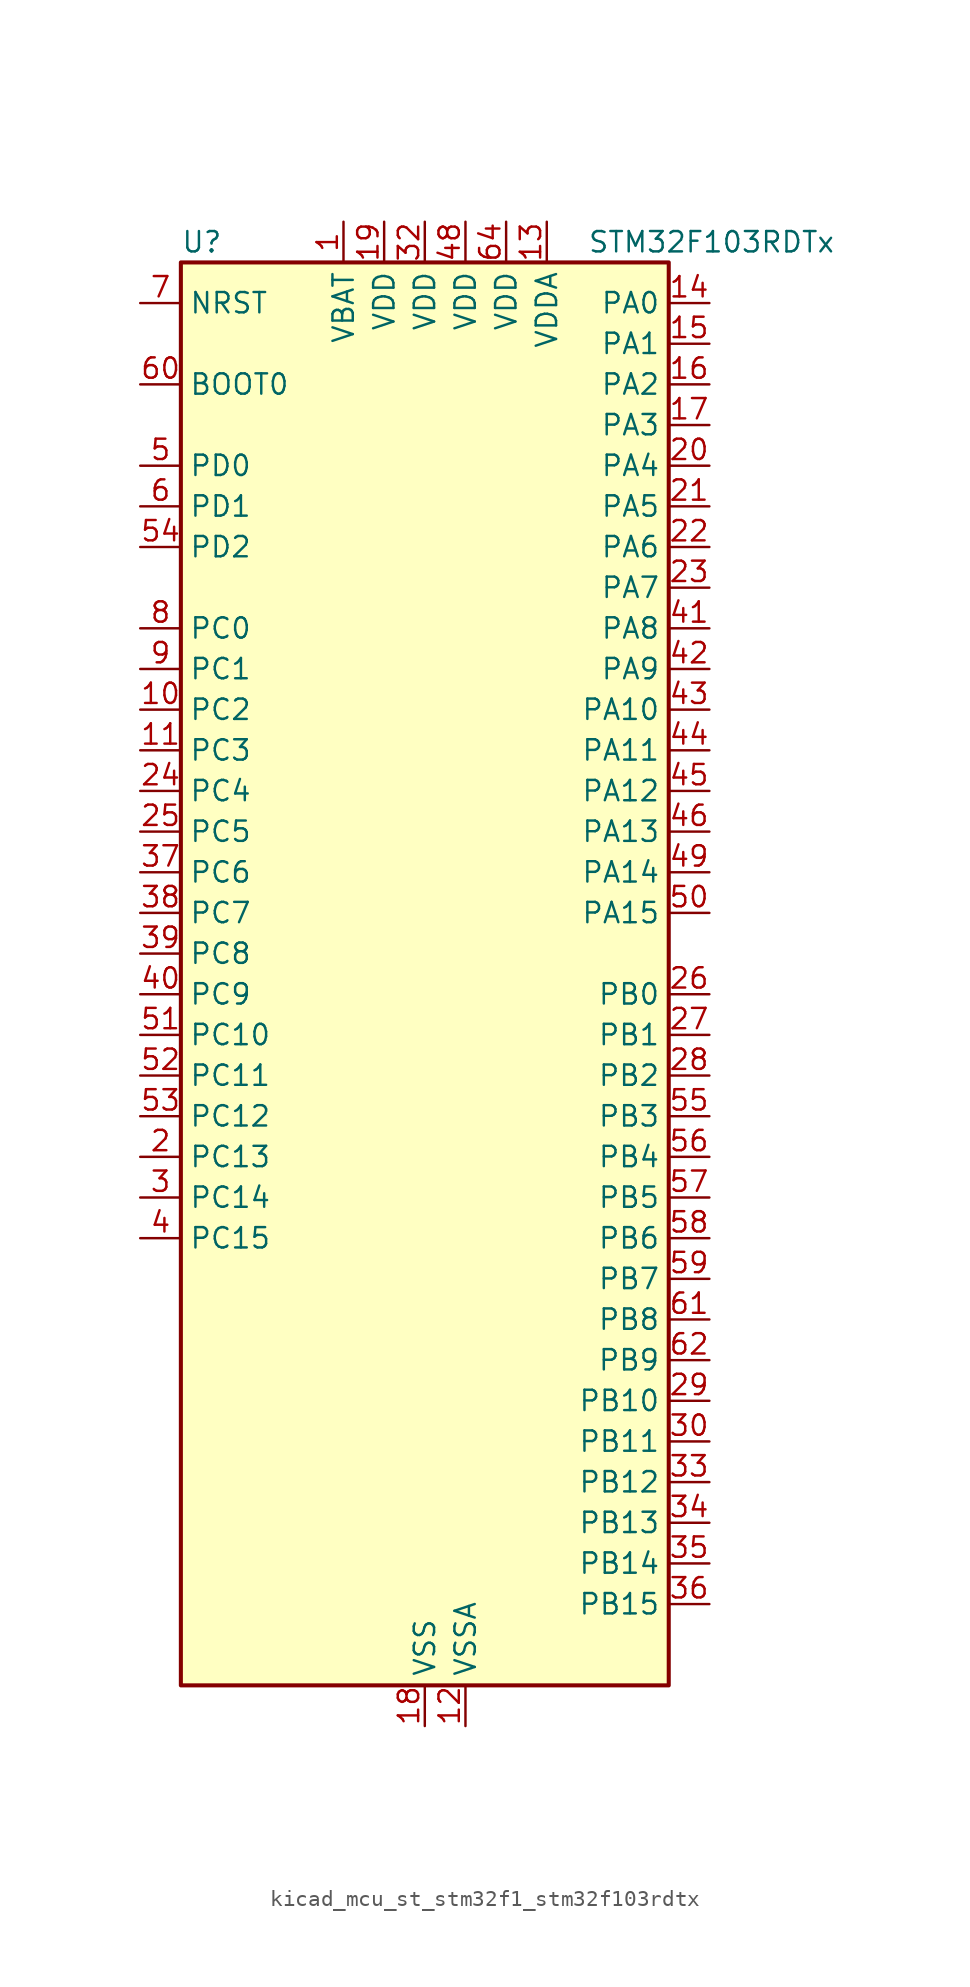
<source format=kicad_sym>
(kicad_symbol_lib
  (version 20220914)
  (generator kicad_symbol_editor)
  (symbol "kicad_mcu_st_stm32f1_stm32f103rdtx"
    (property "Reference" "U"
      (at -15.24 46.99 0)
      (effects (font (size 1.27 1.27)) (justify left)))
    (property "Value" "STM32F103RDTx"
      (at 10.16 46.99 0)
      (effects (font (size 1.27 1.27)) (justify left)))
    (property "ki_locked" ""
      (at 0 0 0)
      (effects (font (size 1.27 1.27))))
    (symbol "kicad_mcu_st_stm32f1_stm32f103rdtx_0_1"
      (rectangle (start -15.24 -43.18) (end 15.24 45.72) (stroke (width 0.254) (type default)) (fill (type background))))
    (symbol "kicad_mcu_st_stm32f1_stm32f103rdtx_1_1"
      (pin power_in line (at -5.08 48.26 270) (length 2.54) (name "VBAT" (effects (font (size 1.27 1.27)))) (number "1" (effects (font (size 1.27 1.27)))))
      (pin bidirectional line (at -17.78 17.78 0) (length 2.54) (name "PC2" (effects (font (size 1.27 1.27)))) (number "10" (effects (font (size 1.27 1.27)))) (alternate "ADC1_IN12" bidirectional line) (alternate "ADC2_IN12" bidirectional line) (alternate "ADC3_IN12" bidirectional line))
      (pin bidirectional line (at -17.78 15.24 0) (length 2.54) (name "PC3" (effects (font (size 1.27 1.27)))) (number "11" (effects (font (size 1.27 1.27)))) (alternate "ADC1_IN13" bidirectional line) (alternate "ADC2_IN13" bidirectional line) (alternate "ADC3_IN13" bidirectional line))
      (pin power_in line (at 2.54 -45.72 90) (length 2.54) (name "VSSA" (effects (font (size 1.27 1.27)))) (number "12" (effects (font (size 1.27 1.27)))))
      (pin power_in line (at 7.62 48.26 270) (length 2.54) (name "VDDA" (effects (font (size 1.27 1.27)))) (number "13" (effects (font (size 1.27 1.27)))))
      (pin bidirectional line (at 17.78 43.18 180) (length 2.54) (name "PA0" (effects (font (size 1.27 1.27)))) (number "14" (effects (font (size 1.27 1.27)))) (alternate "ADC1_IN0" bidirectional line) (alternate "ADC2_IN0" bidirectional line) (alternate "ADC3_IN0" bidirectional line) (alternate "SYS_WKUP" bidirectional line) (alternate "TIM2_CH1" bidirectional line) (alternate "TIM2_ETR" bidirectional line) (alternate "TIM5_CH1" bidirectional line) (alternate "TIM8_ETR" bidirectional line) (alternate "USART2_CTS" bidirectional line))
      (pin bidirectional line (at 17.78 40.64 180) (length 2.54) (name "PA1" (effects (font (size 1.27 1.27)))) (number "15" (effects (font (size 1.27 1.27)))) (alternate "ADC1_IN1" bidirectional line) (alternate "ADC2_IN1" bidirectional line) (alternate "ADC3_IN1" bidirectional line) (alternate "TIM2_CH2" bidirectional line) (alternate "TIM5_CH2" bidirectional line) (alternate "USART2_RTS" bidirectional line))
      (pin bidirectional line (at 17.78 38.1 180) (length 2.54) (name "PA2" (effects (font (size 1.27 1.27)))) (number "16" (effects (font (size 1.27 1.27)))) (alternate "ADC1_IN2" bidirectional line) (alternate "ADC2_IN2" bidirectional line) (alternate "ADC3_IN2" bidirectional line) (alternate "TIM2_CH3" bidirectional line) (alternate "TIM5_CH3" bidirectional line) (alternate "USART2_TX" bidirectional line))
      (pin bidirectional line (at 17.78 35.56 180) (length 2.54) (name "PA3" (effects (font (size 1.27 1.27)))) (number "17" (effects (font (size 1.27 1.27)))) (alternate "ADC1_IN3" bidirectional line) (alternate "ADC2_IN3" bidirectional line) (alternate "ADC3_IN3" bidirectional line) (alternate "TIM2_CH4" bidirectional line) (alternate "TIM5_CH4" bidirectional line) (alternate "USART2_RX" bidirectional line))
      (pin power_in line (at 0 -45.72 90) (length 2.54) (name "VSS" (effects (font (size 1.27 1.27)))) (number "18" (effects (font (size 1.27 1.27)))))
      (pin power_in line (at -2.54 48.26 270) (length 2.54) (name "VDD" (effects (font (size 1.27 1.27)))) (number "19" (effects (font (size 1.27 1.27)))))
      (pin bidirectional line (at -17.78 -10.16 0) (length 2.54) (name "PC13" (effects (font (size 1.27 1.27)))) (number "2" (effects (font (size 1.27 1.27)))) (alternate "RTC_OUT" bidirectional line) (alternate "RTC_TAMPER" bidirectional line))
      (pin bidirectional line (at 17.78 33.02 180) (length 2.54) (name "PA4" (effects (font (size 1.27 1.27)))) (number "20" (effects (font (size 1.27 1.27)))) (alternate "ADC1_IN4" bidirectional line) (alternate "ADC2_IN4" bidirectional line) (alternate "DAC_OUT1" bidirectional line) (alternate "SPI1_NSS" bidirectional line) (alternate "USART2_CK" bidirectional line))
      (pin bidirectional line (at 17.78 30.48 180) (length 2.54) (name "PA5" (effects (font (size 1.27 1.27)))) (number "21" (effects (font (size 1.27 1.27)))) (alternate "ADC1_IN5" bidirectional line) (alternate "ADC2_IN5" bidirectional line) (alternate "DAC_OUT2" bidirectional line) (alternate "SPI1_SCK" bidirectional line))
      (pin bidirectional line (at 17.78 27.94 180) (length 2.54) (name "PA6" (effects (font (size 1.27 1.27)))) (number "22" (effects (font (size 1.27 1.27)))) (alternate "ADC1_IN6" bidirectional line) (alternate "ADC2_IN6" bidirectional line) (alternate "SPI1_MISO" bidirectional line) (alternate "TIM1_BKIN" bidirectional line) (alternate "TIM3_CH1" bidirectional line) (alternate "TIM8_BKIN" bidirectional line))
      (pin bidirectional line (at 17.78 25.4 180) (length 2.54) (name "PA7" (effects (font (size 1.27 1.27)))) (number "23" (effects (font (size 1.27 1.27)))) (alternate "ADC1_IN7" bidirectional line) (alternate "ADC2_IN7" bidirectional line) (alternate "SPI1_MOSI" bidirectional line) (alternate "TIM1_CH1N" bidirectional line) (alternate "TIM3_CH2" bidirectional line) (alternate "TIM8_CH1N" bidirectional line))
      (pin bidirectional line (at -17.78 12.7 0) (length 2.54) (name "PC4" (effects (font (size 1.27 1.27)))) (number "24" (effects (font (size 1.27 1.27)))) (alternate "ADC1_IN14" bidirectional line) (alternate "ADC2_IN14" bidirectional line))
      (pin bidirectional line (at -17.78 10.16 0) (length 2.54) (name "PC5" (effects (font (size 1.27 1.27)))) (number "25" (effects (font (size 1.27 1.27)))) (alternate "ADC1_IN15" bidirectional line) (alternate "ADC2_IN15" bidirectional line))
      (pin bidirectional line (at 17.78 0 180) (length 2.54) (name "PB0" (effects (font (size 1.27 1.27)))) (number "26" (effects (font (size 1.27 1.27)))) (alternate "ADC1_IN8" bidirectional line) (alternate "ADC2_IN8" bidirectional line) (alternate "TIM1_CH2N" bidirectional line) (alternate "TIM3_CH3" bidirectional line) (alternate "TIM8_CH2N" bidirectional line))
      (pin bidirectional line (at 17.78 -2.54 180) (length 2.54) (name "PB1" (effects (font (size 1.27 1.27)))) (number "27" (effects (font (size 1.27 1.27)))) (alternate "ADC1_IN9" bidirectional line) (alternate "ADC2_IN9" bidirectional line) (alternate "TIM1_CH3N" bidirectional line) (alternate "TIM3_CH4" bidirectional line) (alternate "TIM8_CH3N" bidirectional line))
      (pin bidirectional line (at 17.78 -5.08 180) (length 2.54) (name "PB2" (effects (font (size 1.27 1.27)))) (number "28" (effects (font (size 1.27 1.27)))))
      (pin bidirectional line (at 17.78 -25.4 180) (length 2.54) (name "PB10" (effects (font (size 1.27 1.27)))) (number "29" (effects (font (size 1.27 1.27)))) (alternate "I2C2_SCL" bidirectional line) (alternate "TIM2_CH3" bidirectional line) (alternate "USART3_TX" bidirectional line))
      (pin bidirectional line (at -17.78 -12.7 0) (length 2.54) (name "PC14" (effects (font (size 1.27 1.27)))) (number "3" (effects (font (size 1.27 1.27)))) (alternate "RCC_OSC32_IN" bidirectional line))
      (pin bidirectional line (at 17.78 -27.94 180) (length 2.54) (name "PB11" (effects (font (size 1.27 1.27)))) (number "30" (effects (font (size 1.27 1.27)))) (alternate "ADC1_EXTI11" bidirectional line) (alternate "ADC2_EXTI11" bidirectional line) (alternate "I2C2_SDA" bidirectional line) (alternate "TIM2_CH4" bidirectional line) (alternate "USART3_RX" bidirectional line))
      (pin passive line (at 0 -45.72 90) (length 2.54) hide (name "VSS" (effects (font (size 1.27 1.27)))) (number "31" (effects (font (size 1.27 1.27)))))
      (pin power_in line (at 0 48.26 270) (length 2.54) (name "VDD" (effects (font (size 1.27 1.27)))) (number "32" (effects (font (size 1.27 1.27)))))
      (pin bidirectional line (at 17.78 -30.48 180) (length 2.54) (name "PB12" (effects (font (size 1.27 1.27)))) (number "33" (effects (font (size 1.27 1.27)))) (alternate "I2C2_SMBA" bidirectional line) (alternate "I2S2_WS" bidirectional line) (alternate "SPI2_NSS" bidirectional line) (alternate "TIM1_BKIN" bidirectional line) (alternate "USART3_CK" bidirectional line))
      (pin bidirectional line (at 17.78 -33.02 180) (length 2.54) (name "PB13" (effects (font (size 1.27 1.27)))) (number "34" (effects (font (size 1.27 1.27)))) (alternate "I2S2_CK" bidirectional line) (alternate "SPI2_SCK" bidirectional line) (alternate "TIM1_CH1N" bidirectional line) (alternate "USART3_CTS" bidirectional line))
      (pin bidirectional line (at 17.78 -35.56 180) (length 2.54) (name "PB14" (effects (font (size 1.27 1.27)))) (number "35" (effects (font (size 1.27 1.27)))) (alternate "SPI2_MISO" bidirectional line) (alternate "TIM1_CH2N" bidirectional line) (alternate "USART3_RTS" bidirectional line))
      (pin bidirectional line (at 17.78 -38.1 180) (length 2.54) (name "PB15" (effects (font (size 1.27 1.27)))) (number "36" (effects (font (size 1.27 1.27)))) (alternate "ADC1_EXTI15" bidirectional line) (alternate "ADC2_EXTI15" bidirectional line) (alternate "I2S2_SD" bidirectional line) (alternate "SPI2_MOSI" bidirectional line) (alternate "TIM1_CH3N" bidirectional line))
      (pin bidirectional line (at -17.78 7.62 0) (length 2.54) (name "PC6" (effects (font (size 1.27 1.27)))) (number "37" (effects (font (size 1.27 1.27)))) (alternate "I2S2_MCK" bidirectional line) (alternate "SDIO_D6" bidirectional line) (alternate "TIM3_CH1" bidirectional line) (alternate "TIM8_CH1" bidirectional line))
      (pin bidirectional line (at -17.78 5.08 0) (length 2.54) (name "PC7" (effects (font (size 1.27 1.27)))) (number "38" (effects (font (size 1.27 1.27)))) (alternate "I2S3_MCK" bidirectional line) (alternate "SDIO_D7" bidirectional line) (alternate "TIM3_CH2" bidirectional line) (alternate "TIM8_CH2" bidirectional line))
      (pin bidirectional line (at -17.78 2.54 0) (length 2.54) (name "PC8" (effects (font (size 1.27 1.27)))) (number "39" (effects (font (size 1.27 1.27)))) (alternate "SDIO_D0" bidirectional line) (alternate "TIM3_CH3" bidirectional line) (alternate "TIM8_CH3" bidirectional line))
      (pin bidirectional line (at -17.78 -15.24 0) (length 2.54) (name "PC15" (effects (font (size 1.27 1.27)))) (number "4" (effects (font (size 1.27 1.27)))) (alternate "ADC1_EXTI15" bidirectional line) (alternate "ADC2_EXTI15" bidirectional line) (alternate "RCC_OSC32_OUT" bidirectional line))
      (pin bidirectional line (at -17.78 0 0) (length 2.54) (name "PC9" (effects (font (size 1.27 1.27)))) (number "40" (effects (font (size 1.27 1.27)))) (alternate "DAC_EXTI9" bidirectional line) (alternate "SDIO_D1" bidirectional line) (alternate "TIM3_CH4" bidirectional line) (alternate "TIM8_CH4" bidirectional line))
      (pin bidirectional line (at 17.78 22.86 180) (length 2.54) (name "PA8" (effects (font (size 1.27 1.27)))) (number "41" (effects (font (size 1.27 1.27)))) (alternate "RCC_MCO" bidirectional line) (alternate "TIM1_CH1" bidirectional line) (alternate "USART1_CK" bidirectional line))
      (pin bidirectional line (at 17.78 20.32 180) (length 2.54) (name "PA9" (effects (font (size 1.27 1.27)))) (number "42" (effects (font (size 1.27 1.27)))) (alternate "DAC_EXTI9" bidirectional line) (alternate "TIM1_CH2" bidirectional line) (alternate "USART1_TX" bidirectional line))
      (pin bidirectional line (at 17.78 17.78 180) (length 2.54) (name "PA10" (effects (font (size 1.27 1.27)))) (number "43" (effects (font (size 1.27 1.27)))) (alternate "TIM1_CH3" bidirectional line) (alternate "USART1_RX" bidirectional line))
      (pin bidirectional line (at 17.78 15.24 180) (length 2.54) (name "PA11" (effects (font (size 1.27 1.27)))) (number "44" (effects (font (size 1.27 1.27)))) (alternate "ADC1_EXTI11" bidirectional line) (alternate "ADC2_EXTI11" bidirectional line) (alternate "CAN_RX" bidirectional line) (alternate "TIM1_CH4" bidirectional line) (alternate "USART1_CTS" bidirectional line) (alternate "USB_DM" bidirectional line))
      (pin bidirectional line (at 17.78 12.7 180) (length 2.54) (name "PA12" (effects (font (size 1.27 1.27)))) (number "45" (effects (font (size 1.27 1.27)))) (alternate "CAN_TX" bidirectional line) (alternate "TIM1_ETR" bidirectional line) (alternate "USART1_RTS" bidirectional line) (alternate "USB_DP" bidirectional line))
      (pin bidirectional line (at 17.78 10.16 180) (length 2.54) (name "PA13" (effects (font (size 1.27 1.27)))) (number "46" (effects (font (size 1.27 1.27)))) (alternate "SYS_JTMS-SWDIO" bidirectional line))
      (pin passive line (at 0 -45.72 90) (length 2.54) hide (name "VSS" (effects (font (size 1.27 1.27)))) (number "47" (effects (font (size 1.27 1.27)))))
      (pin power_in line (at 2.54 48.26 270) (length 2.54) (name "VDD" (effects (font (size 1.27 1.27)))) (number "48" (effects (font (size 1.27 1.27)))))
      (pin bidirectional line (at 17.78 7.62 180) (length 2.54) (name "PA14" (effects (font (size 1.27 1.27)))) (number "49" (effects (font (size 1.27 1.27)))) (alternate "SYS_JTCK-SWCLK" bidirectional line))
      (pin bidirectional line (at -17.78 33.02 0) (length 2.54) (name "PD0" (effects (font (size 1.27 1.27)))) (number "5" (effects (font (size 1.27 1.27)))) (alternate "RCC_OSC_IN" bidirectional line))
      (pin bidirectional line (at 17.78 5.08 180) (length 2.54) (name "PA15" (effects (font (size 1.27 1.27)))) (number "50" (effects (font (size 1.27 1.27)))) (alternate "ADC1_EXTI15" bidirectional line) (alternate "ADC2_EXTI15" bidirectional line) (alternate "I2S3_WS" bidirectional line) (alternate "SPI1_NSS" bidirectional line) (alternate "SPI3_NSS" bidirectional line) (alternate "SYS_JTDI" bidirectional line) (alternate "TIM2_CH1" bidirectional line) (alternate "TIM2_ETR" bidirectional line))
      (pin bidirectional line (at -17.78 -2.54 0) (length 2.54) (name "PC10" (effects (font (size 1.27 1.27)))) (number "51" (effects (font (size 1.27 1.27)))) (alternate "SDIO_D2" bidirectional line) (alternate "UART4_TX" bidirectional line) (alternate "USART3_TX" bidirectional line))
      (pin bidirectional line (at -17.78 -5.08 0) (length 2.54) (name "PC11" (effects (font (size 1.27 1.27)))) (number "52" (effects (font (size 1.27 1.27)))) (alternate "ADC1_EXTI11" bidirectional line) (alternate "ADC2_EXTI11" bidirectional line) (alternate "SDIO_D3" bidirectional line) (alternate "UART4_RX" bidirectional line) (alternate "USART3_RX" bidirectional line))
      (pin bidirectional line (at -17.78 -7.62 0) (length 2.54) (name "PC12" (effects (font (size 1.27 1.27)))) (number "53" (effects (font (size 1.27 1.27)))) (alternate "SDIO_CK" bidirectional line) (alternate "UART5_TX" bidirectional line) (alternate "USART3_CK" bidirectional line))
      (pin bidirectional line (at -17.78 27.94 0) (length 2.54) (name "PD2" (effects (font (size 1.27 1.27)))) (number "54" (effects (font (size 1.27 1.27)))) (alternate "SDIO_CMD" bidirectional line) (alternate "TIM3_ETR" bidirectional line) (alternate "UART5_RX" bidirectional line))
      (pin bidirectional line (at 17.78 -7.62 180) (length 2.54) (name "PB3" (effects (font (size 1.27 1.27)))) (number "55" (effects (font (size 1.27 1.27)))) (alternate "I2S3_CK" bidirectional line) (alternate "SPI1_SCK" bidirectional line) (alternate "SPI3_SCK" bidirectional line) (alternate "SYS_JTDO-TRACESWO" bidirectional line) (alternate "TIM2_CH2" bidirectional line))
      (pin bidirectional line (at 17.78 -10.16 180) (length 2.54) (name "PB4" (effects (font (size 1.27 1.27)))) (number "56" (effects (font (size 1.27 1.27)))) (alternate "SPI1_MISO" bidirectional line) (alternate "SPI3_MISO" bidirectional line) (alternate "SYS_NJTRST" bidirectional line) (alternate "TIM3_CH1" bidirectional line))
      (pin bidirectional line (at 17.78 -12.7 180) (length 2.54) (name "PB5" (effects (font (size 1.27 1.27)))) (number "57" (effects (font (size 1.27 1.27)))) (alternate "I2C1_SMBA" bidirectional line) (alternate "I2S3_SD" bidirectional line) (alternate "SPI1_MOSI" bidirectional line) (alternate "SPI3_MOSI" bidirectional line) (alternate "TIM3_CH2" bidirectional line))
      (pin bidirectional line (at 17.78 -15.24 180) (length 2.54) (name "PB6" (effects (font (size 1.27 1.27)))) (number "58" (effects (font (size 1.27 1.27)))) (alternate "I2C1_SCL" bidirectional line) (alternate "TIM4_CH1" bidirectional line) (alternate "USART1_TX" bidirectional line))
      (pin bidirectional line (at 17.78 -17.78 180) (length 2.54) (name "PB7" (effects (font (size 1.27 1.27)))) (number "59" (effects (font (size 1.27 1.27)))) (alternate "I2C1_SDA" bidirectional line) (alternate "TIM4_CH2" bidirectional line) (alternate "USART1_RX" bidirectional line))
      (pin bidirectional line (at -17.78 30.48 0) (length 2.54) (name "PD1" (effects (font (size 1.27 1.27)))) (number "6" (effects (font (size 1.27 1.27)))) (alternate "RCC_OSC_OUT" bidirectional line))
      (pin input line (at -17.78 38.1 0) (length 2.54) (name "BOOT0" (effects (font (size 1.27 1.27)))) (number "60" (effects (font (size 1.27 1.27)))))
      (pin bidirectional line (at 17.78 -20.32 180) (length 2.54) (name "PB8" (effects (font (size 1.27 1.27)))) (number "61" (effects (font (size 1.27 1.27)))) (alternate "CAN_RX" bidirectional line) (alternate "I2C1_SCL" bidirectional line) (alternate "SDIO_D4" bidirectional line) (alternate "TIM4_CH3" bidirectional line))
      (pin bidirectional line (at 17.78 -22.86 180) (length 2.54) (name "PB9" (effects (font (size 1.27 1.27)))) (number "62" (effects (font (size 1.27 1.27)))) (alternate "CAN_TX" bidirectional line) (alternate "DAC_EXTI9" bidirectional line) (alternate "I2C1_SDA" bidirectional line) (alternate "SDIO_D5" bidirectional line) (alternate "TIM4_CH4" bidirectional line))
      (pin passive line (at 0 -45.72 90) (length 2.54) hide (name "VSS" (effects (font (size 1.27 1.27)))) (number "63" (effects (font (size 1.27 1.27)))))
      (pin power_in line (at 5.08 48.26 270) (length 2.54) (name "VDD" (effects (font (size 1.27 1.27)))) (number "64" (effects (font (size 1.27 1.27)))))
      (pin input line (at -17.78 43.18 0) (length 2.54) (name "NRST" (effects (font (size 1.27 1.27)))) (number "7" (effects (font (size 1.27 1.27)))))
      (pin bidirectional line (at -17.78 22.86 0) (length 2.54) (name "PC0" (effects (font (size 1.27 1.27)))) (number "8" (effects (font (size 1.27 1.27)))) (alternate "ADC1_IN10" bidirectional line) (alternate "ADC2_IN10" bidirectional line) (alternate "ADC3_IN10" bidirectional line))
      (pin bidirectional line (at -17.78 20.32 0) (length 2.54) (name "PC1" (effects (font (size 1.27 1.27)))) (number "9" (effects (font (size 1.27 1.27)))) (alternate "ADC1_IN11" bidirectional line) (alternate "ADC2_IN11" bidirectional line) (alternate "ADC3_IN11" bidirectional line)))))
</source>
